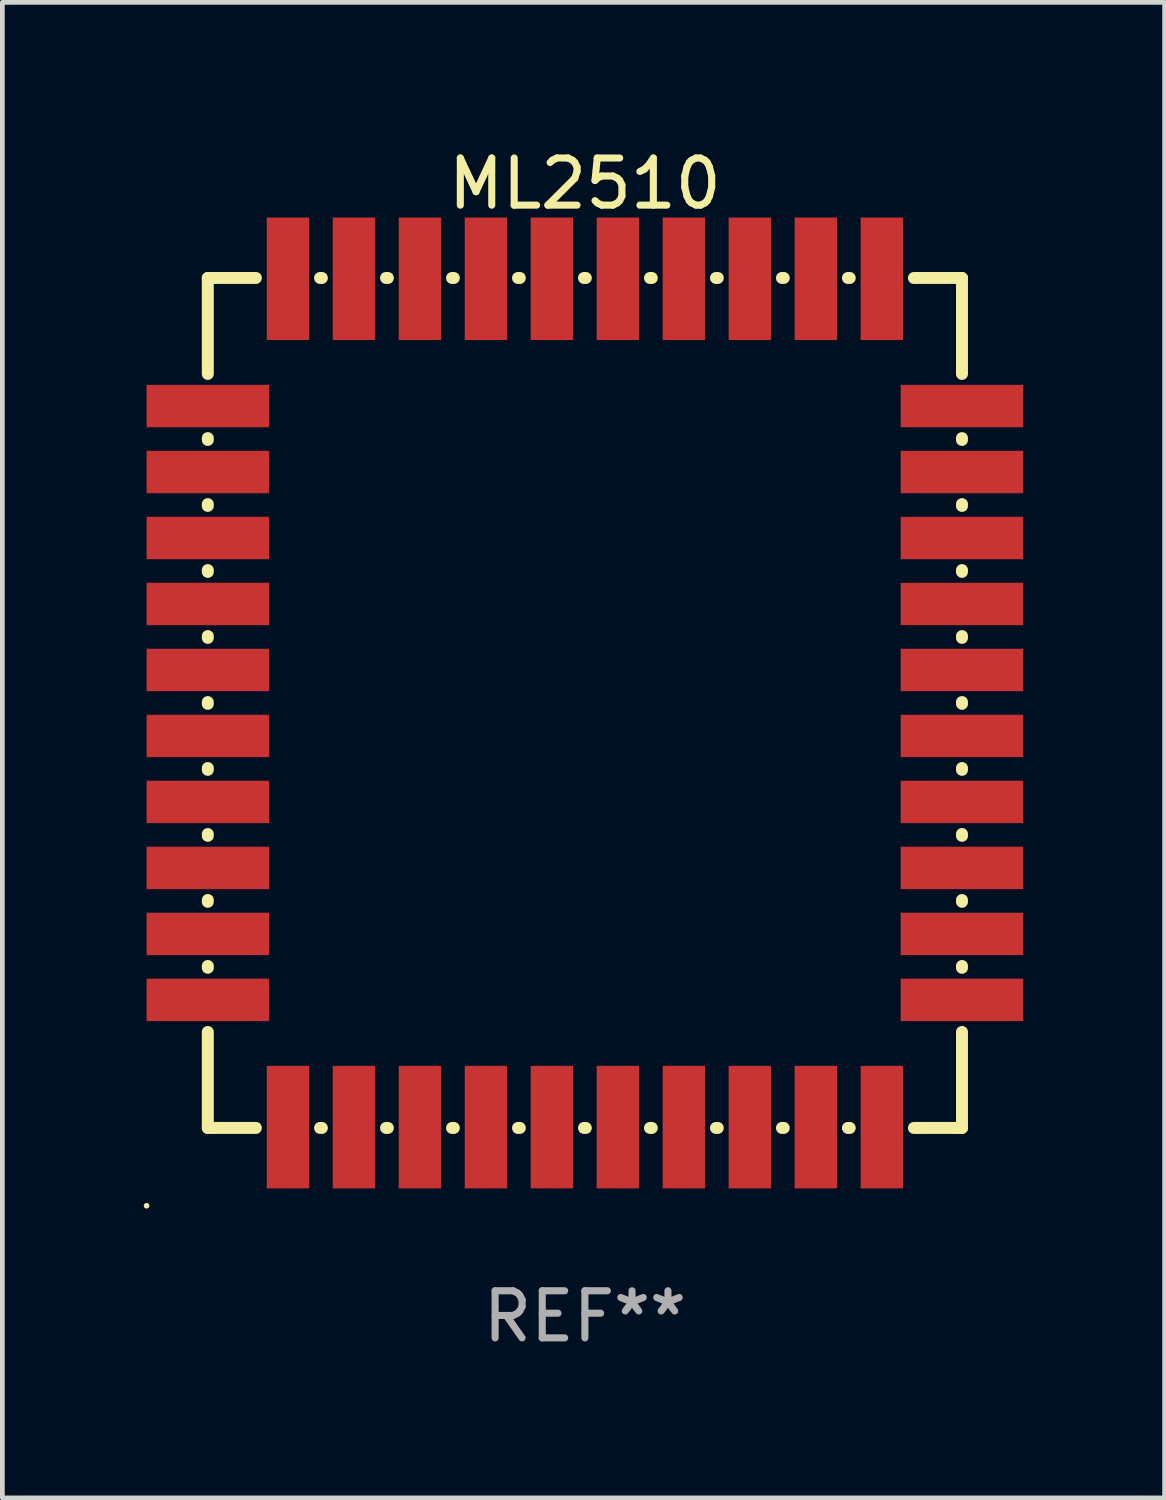
<source format=kicad_pcb>
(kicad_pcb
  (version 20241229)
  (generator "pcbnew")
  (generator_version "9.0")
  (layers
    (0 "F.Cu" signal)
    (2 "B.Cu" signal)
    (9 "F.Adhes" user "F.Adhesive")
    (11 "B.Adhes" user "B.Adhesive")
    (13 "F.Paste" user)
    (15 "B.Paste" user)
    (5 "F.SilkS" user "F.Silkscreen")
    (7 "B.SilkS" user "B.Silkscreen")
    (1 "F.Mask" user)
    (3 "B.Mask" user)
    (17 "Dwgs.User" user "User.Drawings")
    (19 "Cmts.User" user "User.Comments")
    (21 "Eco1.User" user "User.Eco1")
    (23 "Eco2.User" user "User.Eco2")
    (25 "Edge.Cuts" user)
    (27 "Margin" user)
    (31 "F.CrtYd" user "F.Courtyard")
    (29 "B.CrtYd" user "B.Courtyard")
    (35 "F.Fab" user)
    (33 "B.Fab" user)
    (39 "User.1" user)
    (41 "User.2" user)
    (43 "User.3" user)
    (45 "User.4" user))
  (footprint "ML2510"
    (layer "F.Cu")
    (at 9.36 11.865)
    (property "Reference" "ML2510" (at 0 -11.017 0) (layer "F.SilkS") (effects (font (size 1 1) (thickness 0.15))))
    (attr through_hole)
    (fp_line (start -8.001 -9.017) (end -8.001 -6.981) (stroke (width 0.254) (type solid)) (layer "F.SilkS"))
    (fp_line (start -8.001 -5.619) (end -8.001 -5.581) (stroke (width 0.254) (type solid)) (layer "F.SilkS"))
    (fp_line (start -8.001 -4.219) (end -8.001 -4.181) (stroke (width 0.254) (type solid)) (layer "F.SilkS"))
    (fp_line (start -8.001 -2.819) (end -8.001 -2.781) (stroke (width 0.254) (type solid)) (layer "F.SilkS"))
    (fp_line (start -8.001 -1.419) (end -8.001 -1.381) (stroke (width 0.254) (type solid)) (layer "F.SilkS"))
    (fp_line (start -8.001 -0.019) (end -8.001 0.019) (stroke (width 0.254) (type solid)) (layer "F.SilkS"))
    (fp_line (start -8.001 1.381) (end -8.001 1.419) (stroke (width 0.254) (type solid)) (layer "F.SilkS"))
    (fp_line (start -8.001 2.781) (end -8.001 2.819) (stroke (width 0.254) (type solid)) (layer "F.SilkS"))
    (fp_line (start -8.001 4.181) (end -8.001 4.219) (stroke (width 0.254) (type solid)) (layer "F.SilkS"))
    (fp_line (start -8.001 5.581) (end -8.001 5.619) (stroke (width 0.254) (type solid)) (layer "F.SilkS"))
    (fp_line (start -8.001 6.981) (end -8.001 9.017) (stroke (width 0.254) (type solid)) (layer "F.SilkS"))
    (fp_line (start -8.001 9.017) (end -6.981 9.017) (stroke (width 0.254) (type solid)) (layer "F.SilkS"))
    (fp_line (start -6.981 -9.017) (end -8.001 -9.017) (stroke (width 0.254) (type solid)) (layer "F.SilkS"))
    (fp_line (start -5.619 9.017) (end -5.581 9.017) (stroke (width 0.254) (type solid)) (layer "F.SilkS"))
    (fp_line (start -5.581 -9.017) (end -5.619 -9.017) (stroke (width 0.254) (type solid)) (layer "F.SilkS"))
    (fp_line (start -4.219 9.017) (end -4.181 9.017) (stroke (width 0.254) (type solid)) (layer "F.SilkS"))
    (fp_line (start -4.181 -9.017) (end -4.219 -9.017) (stroke (width 0.254) (type solid)) (layer "F.SilkS"))
    (fp_line (start -2.819 9.017) (end -2.781 9.017) (stroke (width 0.254) (type solid)) (layer "F.SilkS"))
    (fp_line (start -2.781 -9.017) (end -2.819 -9.017) (stroke (width 0.254) (type solid)) (layer "F.SilkS"))
    (fp_line (start -1.419 9.017) (end -1.381 9.017) (stroke (width 0.254) (type solid)) (layer "F.SilkS"))
    (fp_line (start -1.381 -9.017) (end -1.419 -9.017) (stroke (width 0.254) (type solid)) (layer "F.SilkS"))
    (fp_line (start -0.019 9.017) (end 0.019 9.017) (stroke (width 0.254) (type solid)) (layer "F.SilkS"))
    (fp_line (start 0.019 -9.017) (end -0.019 -9.017) (stroke (width 0.254) (type solid)) (layer "F.SilkS"))
    (fp_line (start 1.381 9.017) (end 1.419 9.017) (stroke (width 0.254) (type solid)) (layer "F.SilkS"))
    (fp_line (start 1.419 -9.017) (end 1.381 -9.017) (stroke (width 0.254) (type solid)) (layer "F.SilkS"))
    (fp_line (start 2.781 9.017) (end 2.819 9.017) (stroke (width 0.254) (type solid)) (layer "F.SilkS"))
    (fp_line (start 2.819 -9.017) (end 2.781 -9.017) (stroke (width 0.254) (type solid)) (layer "F.SilkS"))
    (fp_line (start 4.181 9.017) (end 4.219 9.017) (stroke (width 0.254) (type solid)) (layer "F.SilkS"))
    (fp_line (start 4.219 -9.017) (end 4.181 -9.017) (stroke (width 0.254) (type solid)) (layer "F.SilkS"))
    (fp_line (start 5.581 9.017) (end 5.619 9.017) (stroke (width 0.254) (type solid)) (layer "F.SilkS"))
    (fp_line (start 5.619 -9.017) (end 5.581 -9.017) (stroke (width 0.254) (type solid)) (layer "F.SilkS"))
    (fp_line (start 6.981 9.017) (end 8.001 9.017) (stroke (width 0.254) (type solid)) (layer "F.SilkS"))
    (fp_line (start 8.001 -9.017) (end 6.981 -9.017) (stroke (width 0.254) (type solid)) (layer "F.SilkS"))
    (fp_line (start 8.001 -6.981) (end 8.001 -9.017) (stroke (width 0.254) (type solid)) (layer "F.SilkS"))
    (fp_line (start 8.001 -5.581) (end 8.001 -5.619) (stroke (width 0.254) (type solid)) (layer "F.SilkS"))
    (fp_line (start 8.001 -4.181) (end 8.001 -4.219) (stroke (width 0.254) (type solid)) (layer "F.SilkS"))
    (fp_line (start 8.001 -2.781) (end 8.001 -2.819) (stroke (width 0.254) (type solid)) (layer "F.SilkS"))
    (fp_line (start 8.001 -1.381) (end 8.001 -1.419) (stroke (width 0.254) (type solid)) (layer "F.SilkS"))
    (fp_line (start 8.001 0.019) (end 8.001 -0.019) (stroke (width 0.254) (type solid)) (layer "F.SilkS"))
    (fp_line (start 8.001 1.419) (end 8.001 1.381) (stroke (width 0.254) (type solid)) (layer "F.SilkS"))
    (fp_line (start 8.001 2.819) (end 8.001 2.781) (stroke (width 0.254) (type solid)) (layer "F.SilkS"))
    (fp_line (start 8.001 4.219) (end 8.001 4.181) (stroke (width 0.254) (type solid)) (layer "F.SilkS"))
    (fp_line (start 8.001 5.619) (end 8.001 5.581) (stroke (width 0.254) (type solid)) (layer "F.SilkS"))
    (fp_line (start 8.001 9.017) (end 8.001 6.981) (stroke (width 0.254) (type solid)) (layer "F.SilkS"))
    (fp_circle (center -9.3 10.668) (end -9.27 10.668) (stroke (width 0.06) (type solid)) (fill no) (layer "F.SilkS"))
    (fp_text user "REF**" (at 0 13.017 0) (layer "F.Fab") (effects (font (size 1 1) (thickness 0.15))))
    (pad "1" smd rect (at -6.3 9) (size 0.9 2.6) (layers "F.Cu" "F.Mask" "F.Paste"))
    (pad "2" smd rect (at -4.9 9) (size 0.9 2.6) (layers "F.Cu" "F.Mask" "F.Paste"))
    (pad "3" smd rect (at -3.5 9) (size 0.9 2.6) (layers "F.Cu" "F.Mask" "F.Paste"))
    (pad "4" smd rect (at -2.1 9) (size 0.9 2.6) (layers "F.Cu" "F.Mask" "F.Paste"))
    (pad "5" smd rect (at -0.7 9) (size 0.9 2.6) (layers "F.Cu" "F.Mask" "F.Paste"))
    (pad "6" smd rect (at 0.7 9) (size 0.9 2.6) (layers "F.Cu" "F.Mask" "F.Paste"))
    (pad "7" smd rect (at 2.1 9) (size 0.9 2.6) (layers "F.Cu" "F.Mask" "F.Paste"))
    (pad "8" smd rect (at 3.5 9) (size 0.9 2.6) (layers "F.Cu" "F.Mask" "F.Paste"))
    (pad "9" smd rect (at 4.9 9) (size 0.9 2.6) (layers "F.Cu" "F.Mask" "F.Paste"))
    (pad "10" smd rect (at 6.3 9) (size 0.9 2.6) (layers "F.Cu" "F.Mask" "F.Paste"))
    (pad "11" smd rect (at 8 6.3 270) (size 0.9 2.6) (layers "F.Cu" "F.Mask" "F.Paste"))
    (pad "12" smd rect (at 8 4.9 270) (size 0.9 2.6) (layers "F.Cu" "F.Mask" "F.Paste"))
    (pad "13" smd rect (at 8 3.5 270) (size 0.9 2.6) (layers "F.Cu" "F.Mask" "F.Paste"))
    (pad "14" smd rect (at 8 2.1 270) (size 0.9 2.6) (layers "F.Cu" "F.Mask" "F.Paste"))
    (pad "15" smd rect (at 8 0.7 270) (size 0.9 2.6) (layers "F.Cu" "F.Mask" "F.Paste"))
    (pad "16" smd rect (at 8 -0.7 270) (size 0.9 2.6) (layers "F.Cu" "F.Mask" "F.Paste"))
    (pad "17" smd rect (at 8 -2.1 270) (size 0.9 2.6) (layers "F.Cu" "F.Mask" "F.Paste"))
    (pad "18" smd rect (at 8 -3.5 270) (size 0.9 2.6) (layers "F.Cu" "F.Mask" "F.Paste"))
    (pad "19" smd rect (at 8 -4.9 270) (size 0.9 2.6) (layers "F.Cu" "F.Mask" "F.Paste"))
    (pad "20" smd rect (at 8 -6.3 270) (size 0.9 2.6) (layers "F.Cu" "F.Mask" "F.Paste"))
    (pad "21" smd rect (at 6.3 -9) (size 0.9 2.6) (layers "F.Cu" "F.Mask" "F.Paste"))
    (pad "22" smd rect (at 4.9 -9) (size 0.9 2.6) (layers "F.Cu" "F.Mask" "F.Paste"))
    (pad "23" smd rect (at 3.5 -9) (size 0.9 2.6) (layers "F.Cu" "F.Mask" "F.Paste"))
    (pad "24" smd rect (at 2.1 -9) (size 0.9 2.6) (layers "F.Cu" "F.Mask" "F.Paste"))
    (pad "25" smd rect (at 0.7 -9) (size 0.9 2.6) (layers "F.Cu" "F.Mask" "F.Paste"))
    (pad "26" smd rect (at -0.7 -9) (size 0.9 2.6) (layers "F.Cu" "F.Mask" "F.Paste"))
    (pad "27" smd rect (at -2.1 -9) (size 0.9 2.6) (layers "F.Cu" "F.Mask" "F.Paste"))
    (pad "28" smd rect (at -3.5 -9) (size 0.9 2.6) (layers "F.Cu" "F.Mask" "F.Paste"))
    (pad "29" smd rect (at -4.9 -9) (size 0.9 2.6) (layers "F.Cu" "F.Mask" "F.Paste"))
    (pad "30" smd rect (at -6.3 -9) (size 0.9 2.6) (layers "F.Cu" "F.Mask" "F.Paste"))
    (pad "31" smd rect (at -8 -6.3 270) (size 0.9 2.6) (layers "F.Cu" "F.Mask" "F.Paste"))
    (pad "32" smd rect (at -8 -4.9 270) (size 0.9 2.6) (layers "F.Cu" "F.Mask" "F.Paste"))
    (pad "33" smd rect (at -8 -3.5 270) (size 0.9 2.6) (layers "F.Cu" "F.Mask" "F.Paste"))
    (pad "34" smd rect (at -8 -2.1 270) (size 0.9 2.6) (layers "F.Cu" "F.Mask" "F.Paste"))
    (pad "35" smd rect (at -8 -0.7 270) (size 0.9 2.6) (layers "F.Cu" "F.Mask" "F.Paste"))
    (pad "36" smd rect (at -8 0.7 270) (size 0.9 2.6) (layers "F.Cu" "F.Mask" "F.Paste"))
    (pad "37" smd rect (at -8 2.1 270) (size 0.9 2.6) (layers "F.Cu" "F.Mask" "F.Paste"))
    (pad "38" smd rect (at -8 3.5 270) (size 0.9 2.6) (layers "F.Cu" "F.Mask" "F.Paste"))
    (pad "39" smd rect (at -8 4.9 270) (size 0.9 2.6) (layers "F.Cu" "F.Mask" "F.Paste"))
    (pad "40" smd rect (at -8 6.3 270) (size 0.9 2.6) (layers "F.Cu" "F.Mask" "F.Paste")))
  (gr_rect
    (start -3 -3)
    (end 21.66 28.731)
    (stroke (width 0.1) (type default))
    (fill no)
    (layer "Edge.Cuts")))
</source>
